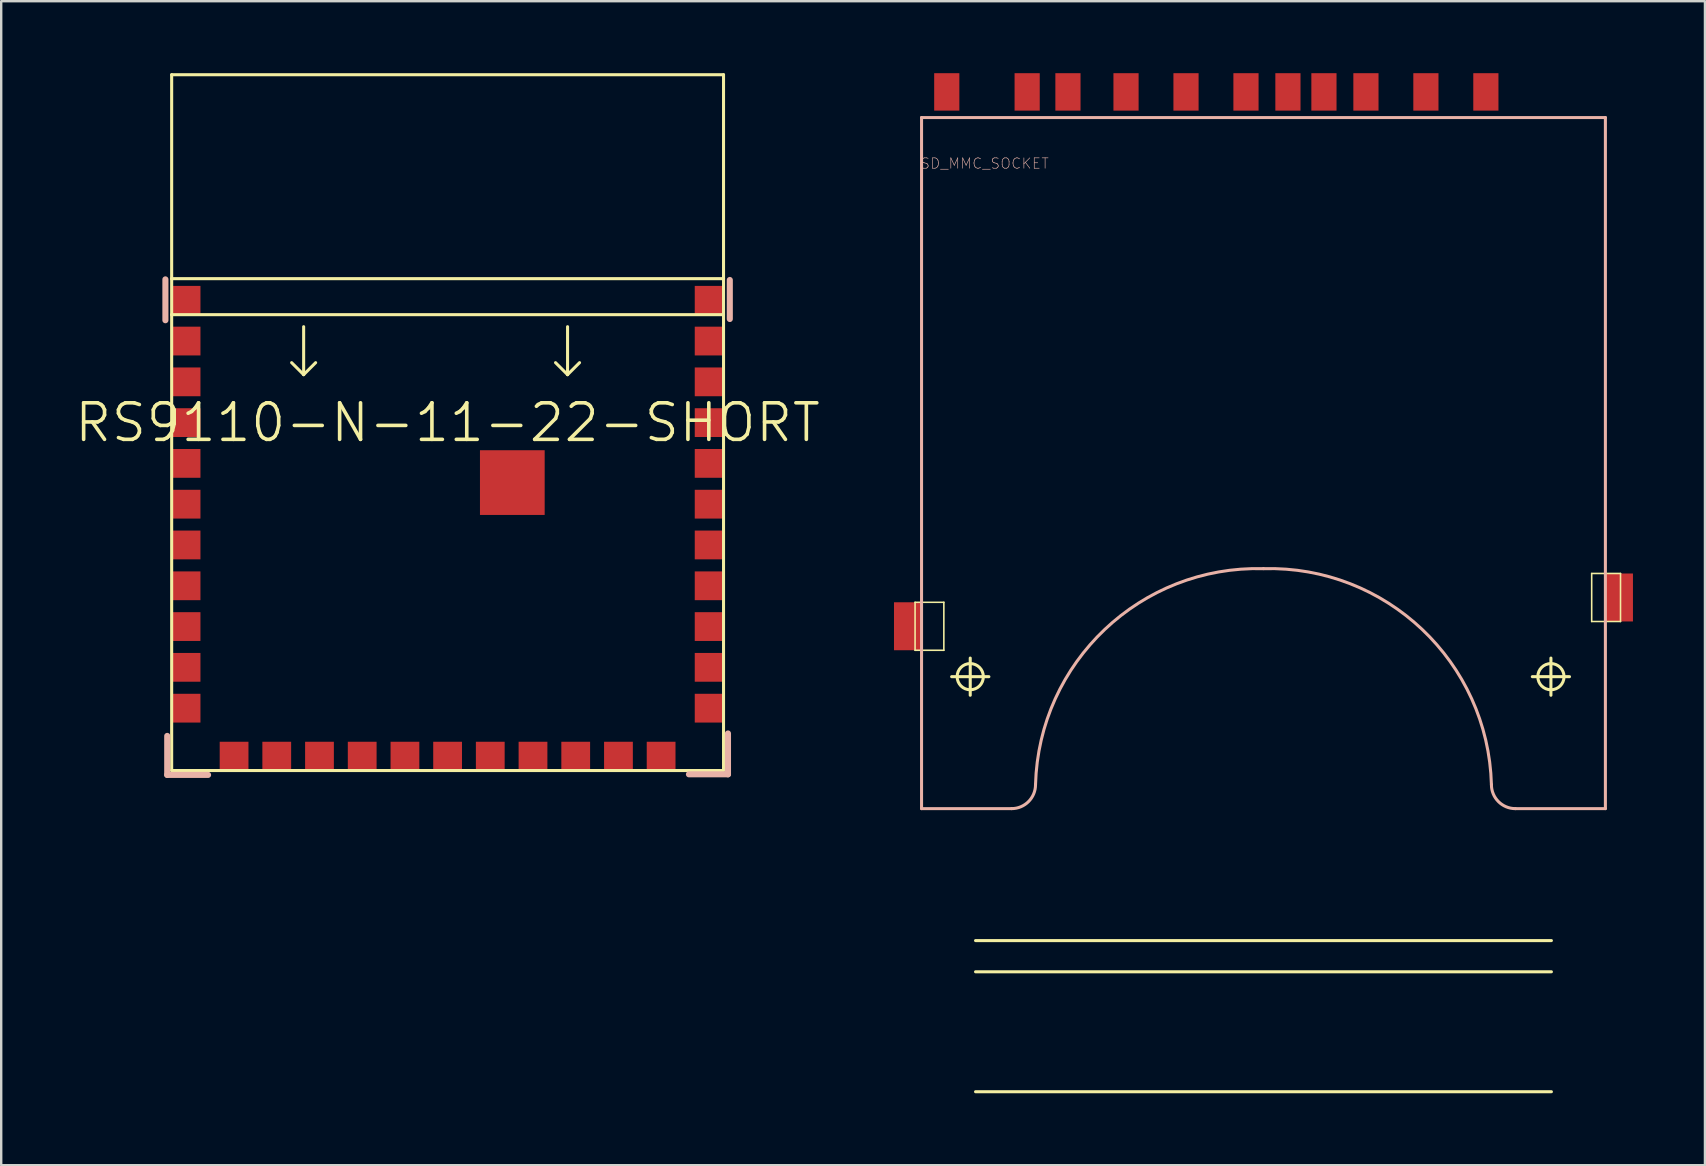
<source format=kicad_pcb>
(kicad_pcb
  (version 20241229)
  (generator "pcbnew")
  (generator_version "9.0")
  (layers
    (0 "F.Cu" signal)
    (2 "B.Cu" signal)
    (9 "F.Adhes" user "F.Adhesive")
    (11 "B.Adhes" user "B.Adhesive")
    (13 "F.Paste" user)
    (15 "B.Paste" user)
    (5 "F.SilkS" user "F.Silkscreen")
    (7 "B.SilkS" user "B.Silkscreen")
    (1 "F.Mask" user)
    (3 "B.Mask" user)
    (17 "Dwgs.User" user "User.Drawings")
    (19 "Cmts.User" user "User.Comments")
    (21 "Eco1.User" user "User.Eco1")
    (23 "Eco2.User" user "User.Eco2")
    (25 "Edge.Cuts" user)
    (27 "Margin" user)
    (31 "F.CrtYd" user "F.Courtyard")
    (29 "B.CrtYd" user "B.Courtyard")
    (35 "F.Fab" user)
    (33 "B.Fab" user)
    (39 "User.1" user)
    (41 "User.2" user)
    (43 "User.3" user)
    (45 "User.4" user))
  (footprint "SD_MMC_SOCKET"
    (layer "F.Cu")
    (at 49.603 30.648)
    (property "Reference" "SD_MMC_SOCKET" (at -11.62 -26.886 0) (layer "B.SilkS") (effects (font (size 0.432 0.432) (thickness 0.025))))
    (attr smd)
    (fp_line (start -14.519 -8.598) (end -13.32 -8.598) (stroke (width 0.066) (type solid)) (layer "F.SilkS"))
    (fp_line (start -14.519 -6.599) (end -14.519 -8.598) (stroke (width 0.066) (type solid)) (layer "F.SilkS"))
    (fp_line (start -14.519 -6.599) (end -13.32 -6.599) (stroke (width 0.066) (type solid)) (layer "F.SilkS"))
    (fp_line (start -13.32 -6.599) (end -13.32 -8.598) (stroke (width 0.066) (type solid)) (layer "F.SilkS"))
    (fp_line (start -12.995 -5.499) (end -11.443 -5.499) (stroke (width 0.127) (type solid)) (layer "F.SilkS"))
    (fp_line (start -12.22 -4.724) (end -12.22 -6.274) (stroke (width 0.127) (type solid)) (layer "F.SilkS"))
    (fp_line (start -11.999 5.499) (end 11.999 5.499) (stroke (width 0.127) (type solid)) (layer "F.SilkS"))
    (fp_line (start -11.999 6.8) (end 11.999 6.8) (stroke (width 0.127) (type solid)) (layer "F.SilkS"))
    (fp_line (start -11.999 11.798) (end 11.999 11.798) (stroke (width 0.127) (type solid)) (layer "F.SilkS"))
    (fp_line (start 11.204 -5.499) (end 12.753 -5.499) (stroke (width 0.127) (type solid)) (layer "F.SilkS"))
    (fp_line (start 11.979 -4.724) (end 11.979 -6.274) (stroke (width 0.127) (type solid)) (layer "F.SilkS"))
    (fp_line (start 13.678 -9.799) (end 14.879 -9.799) (stroke (width 0.066) (type solid)) (layer "F.SilkS"))
    (fp_line (start 13.678 -7.798) (end 13.678 -9.799) (stroke (width 0.066) (type solid)) (layer "F.SilkS"))
    (fp_line (start 13.678 -7.798) (end 14.879 -7.798) (stroke (width 0.066) (type solid)) (layer "F.SilkS"))
    (fp_line (start 14.879 -7.798) (end 14.879 -9.799) (stroke (width 0.066) (type solid)) (layer "F.SilkS"))
    (fp_circle (center -12.22 -5.499) (end -12.606 -5.885) (stroke (width 0.127) (type solid)) (fill no) (layer "F.SilkS"))
    (fp_circle (center 11.979 -5.499) (end 12.365 -5.885) (stroke (width 0.127) (type solid)) (fill no) (layer "F.SilkS"))
    (fp_line (start -14.249 -28.799) (end 14.249 -28.799) (stroke (width 0.127) (type solid)) (layer "B.SilkS"))
    (fp_line (start -14.249 0) (end -14.249 -28.799) (stroke (width 0.127) (type solid)) (layer "B.SilkS"))
    (fp_line (start -10.498 0) (end -14.249 0) (stroke (width 0.127) (type solid)) (layer "B.SilkS"))
    (fp_line (start 14.249 -28.799) (end 14.249 0) (stroke (width 0.127) (type solid)) (layer "B.SilkS"))
    (fp_line (start 14.249 0) (end 10.498 0) (stroke (width 0.127) (type solid)) (layer "B.SilkS"))
    (fp_arc (start -9.4996 -0.99822) (mid -9.791972 -0.292372) (end -10.49782 0) (stroke (width 0.127) (type solid)) (layer "B.SilkS"))
    (fp_arc (start -9.4996 -0.99822) (mid -6.614126 -7.466532) (end 0 -9.99998) (stroke (width 0.127) (type solid)) (layer "B.SilkS"))
    (fp_arc (start 0 -9.99998) (mid 6.614126 -7.466532) (end 9.4996 -0.99822) (stroke (width 0.127) (type solid)) (layer "B.SilkS"))
    (fp_arc (start 10.49782 0) (mid 9.791972 -0.292372) (end 9.4996 -0.99822) (stroke (width 0.127) (type solid)) (layer "B.SilkS"))
    (pad "1" smd rect (at 6.769 -29.868) (size 1.049 1.56) (layers "F.Cu" "F.Mask" "F.Paste"))
    (pad "2" smd rect (at 4.27 -29.868) (size 1.049 1.56) (layers "F.Cu" "F.Mask" "F.Paste"))
    (pad "3" smd rect (at 2.52 -29.868) (size 1.049 1.56) (layers "F.Cu" "F.Mask" "F.Paste"))
    (pad "4" smd rect (at -0.729 -29.868) (size 1.049 1.56) (layers "F.Cu" "F.Mask" "F.Paste"))
    (pad "5" smd rect (at -3.228 -29.868) (size 1.049 1.56) (layers "F.Cu" "F.Mask" "F.Paste"))
    (pad "6" smd rect (at -5.728 -29.868) (size 1.049 1.56) (layers "F.Cu" "F.Mask" "F.Paste"))
    (pad "7" smd rect (at -8.148 -29.868) (size 1.049 1.56) (layers "F.Cu" "F.Mask" "F.Paste"))
    (pad "8" smd rect (at -9.848 -29.868) (size 1.049 1.56) (layers "F.Cu" "F.Mask" "F.Paste"))
    (pad "9" smd rect (at 9.268 -29.868) (size 1.049 1.56) (layers "F.Cu" "F.Mask" "F.Paste"))
    (pad "CD" smd rect (at 1.019 -29.868) (size 1.049 1.56) (layers "F.Cu" "F.Mask" "F.Paste"))
    (pad "S1" smd rect (at -14.798 -7.6) (size 1.199 1.999) (layers "F.Cu" "F.Mask" "F.Paste"))
    (pad "S2" smd rect (at 14.798 -8.799) (size 1.199 1.999) (layers "F.Cu" "F.Mask" "F.Paste"))
    (pad "WP" smd rect (at -13.198 -29.868) (size 1.049 1.56) (layers "F.Cu" "F.Mask" "F.Paste")))
  (footprint "RS9110-N-11-22-SHORT"
    (layer "F.Cu")
    (at 15.603 14.562)
    (property "Reference" "RS9110-N-11-22-SHORT" (at 0 0 0) (layer "F.SilkS") (effects (font (size 1.524 1.524) (thickness 0.15))))
    (attr smd)
    (fp_line (start -11.499 -14.498) (end -11.499 -5.999) (stroke (width 0.127) (type solid)) (layer "F.SilkS"))
    (fp_line (start -11.499 -14.498) (end 11.499 -14.498) (stroke (width 0.066) (type solid)) (layer "F.SilkS"))
    (fp_line (start -11.499 -5.999) (end -11.499 -14.498) (stroke (width 0.066) (type solid)) (layer "F.SilkS"))
    (fp_line (start -11.499 -5.999) (end -11.499 -4.498) (stroke (width 0.127) (type solid)) (layer "F.SilkS"))
    (fp_line (start -11.499 -5.999) (end 11.499 -5.999) (stroke (width 0.066) (type solid)) (layer "F.SilkS"))
    (fp_line (start -11.499 -5.999) (end 11.499 -5.999) (stroke (width 0.127) (type solid)) (layer "F.SilkS"))
    (fp_line (start -11.499 -4.498) (end -11.499 14.498) (stroke (width 0.127) (type solid)) (layer "F.SilkS"))
    (fp_line (start -11.499 -4.498) (end 11.499 -4.498) (stroke (width 0.127) (type solid)) (layer "F.SilkS"))
    (fp_line (start -11.499 14.498) (end 11.499 14.498) (stroke (width 0.127) (type solid)) (layer "F.SilkS"))
    (fp_line (start -6.5 -2.499) (end -5.999 -1.999) (stroke (width 0.127) (type solid)) (layer "F.SilkS"))
    (fp_line (start -5.999 -3.998) (end -5.999 -1.999) (stroke (width 0.127) (type solid)) (layer "F.SilkS"))
    (fp_line (start -5.999 -1.999) (end -5.499 -2.499) (stroke (width 0.127) (type solid)) (layer "F.SilkS"))
    (fp_line (start 4.498 -2.499) (end 4.999 -1.999) (stroke (width 0.127) (type solid)) (layer "F.SilkS"))
    (fp_line (start 4.999 -3.998) (end 4.999 -1.999) (stroke (width 0.127) (type solid)) (layer "F.SilkS"))
    (fp_line (start 4.999 -1.999) (end 5.499 -2.499) (stroke (width 0.127) (type solid)) (layer "F.SilkS"))
    (fp_line (start 11.499 -14.498) (end -11.499 -14.498) (stroke (width 0.127) (type solid)) (layer "F.SilkS"))
    (fp_line (start 11.499 -5.999) (end 11.499 -14.498) (stroke (width 0.066) (type solid)) (layer "F.SilkS"))
    (fp_line (start 11.499 -5.999) (end 11.499 -14.498) (stroke (width 0.127) (type solid)) (layer "F.SilkS"))
    (fp_line (start 11.499 14.498) (end 11.499 -5.999) (stroke (width 0.127) (type solid)) (layer "F.SilkS"))
    (fp_line (start -11.76 -5.969) (end -11.76 -4.267) (stroke (width 0.254) (type solid)) (layer "B.SilkS"))
    (fp_line (start -11.684 13.056) (end -11.684 14.681) (stroke (width 0.254) (type solid)) (layer "B.SilkS"))
    (fp_line (start -11.684 14.681) (end -9.982 14.681) (stroke (width 0.254) (type solid)) (layer "B.SilkS"))
    (fp_line (start 10.058 14.656) (end 11.684 14.656) (stroke (width 0.254) (type solid)) (layer "B.SilkS"))
    (fp_line (start 11.684 14.656) (end 11.684 12.954) (stroke (width 0.254) (type solid)) (layer "B.SilkS"))
    (fp_line (start 11.76 -4.318) (end 11.76 -5.944) (stroke (width 0.254) (type solid)) (layer "B.SilkS"))
    (pad "1" smd rect (at -8.898 13.899 180) (size 1.199 1.199) (layers "F.Cu" "F.Mask" "F.Paste"))
    (pad "2" smd rect (at -7.12 13.899 180) (size 1.199 1.199) (layers "F.Cu" "F.Mask" "F.Paste"))
    (pad "3" smd rect (at -5.339 13.899 180) (size 1.199 1.199) (layers "F.Cu" "F.Mask" "F.Paste"))
    (pad "4" smd rect (at -3.559 13.899 180) (size 1.199 1.199) (layers "F.Cu" "F.Mask" "F.Paste"))
    (pad "5" smd rect (at -1.778 13.899 180) (size 1.199 1.199) (layers "F.Cu" "F.Mask" "F.Paste"))
    (pad "6" smd rect (at 0 13.899 180) (size 1.199 1.199) (layers "F.Cu" "F.Mask" "F.Paste"))
    (pad "7" smd rect (at 1.778 13.899 180) (size 1.199 1.199) (layers "F.Cu" "F.Mask" "F.Paste"))
    (pad "8" smd rect (at 3.559 13.899 180) (size 1.199 1.199) (layers "F.Cu" "F.Mask" "F.Paste"))
    (pad "9" smd rect (at 5.339 13.899 180) (size 1.199 1.199) (layers "F.Cu" "F.Mask" "F.Paste"))
    (pad "10" smd rect (at 7.12 13.899 180) (size 1.199 1.199) (layers "F.Cu" "F.Mask" "F.Paste"))
    (pad "11" smd rect (at 8.898 13.899 180) (size 1.199 1.199) (layers "F.Cu" "F.Mask" "F.Paste"))
    (pad "12" smd rect (at 10.899 11.9 180) (size 1.199 1.199) (layers "F.Cu" "F.Mask" "F.Paste"))
    (pad "13" smd rect (at 10.899 10.198 180) (size 1.199 1.199) (layers "F.Cu" "F.Mask" "F.Paste"))
    (pad "14" smd rect (at 10.899 8.499 180) (size 1.199 1.199) (layers "F.Cu" "F.Mask" "F.Paste"))
    (pad "15" smd rect (at 10.899 6.8 180) (size 1.199 1.199) (layers "F.Cu" "F.Mask" "F.Paste"))
    (pad "16" smd rect (at 10.899 5.098 180) (size 1.199 1.199) (layers "F.Cu" "F.Mask" "F.Paste"))
    (pad "17" smd rect (at 10.899 3.399 180) (size 1.199 1.199) (layers "F.Cu" "F.Mask" "F.Paste"))
    (pad "18" smd rect (at 10.899 1.699 180) (size 1.199 1.199) (layers "F.Cu" "F.Mask" "F.Paste"))
    (pad "19" smd rect (at 10.899 0 180) (size 1.199 1.199) (layers "F.Cu" "F.Mask" "F.Paste"))
    (pad "20" smd rect (at 10.899 -1.699 180) (size 1.199 1.199) (layers "F.Cu" "F.Mask" "F.Paste"))
    (pad "21" smd rect (at 10.899 -3.399 180) (size 1.199 1.199) (layers "F.Cu" "F.Mask" "F.Paste"))
    (pad "22" smd rect (at 10.899 -5.098 180) (size 1.199 1.199) (layers "F.Cu" "F.Mask" "F.Paste"))
    (pad "42" smd rect (at -10.899 -5.098 180) (size 1.199 1.199) (layers "F.Cu" "F.Mask" "F.Paste"))
    (pad "43" smd rect (at -10.899 -3.399 180) (size 1.199 1.199) (layers "F.Cu" "F.Mask" "F.Paste"))
    (pad "44" smd rect (at -10.899 -1.699 180) (size 1.199 1.199) (layers "F.Cu" "F.Mask" "F.Paste"))
    (pad "45" smd rect (at -10.899 0 180) (size 1.199 1.199) (layers "F.Cu" "F.Mask" "F.Paste"))
    (pad "46" smd rect (at -10.899 1.699 180) (size 1.199 1.199) (layers "F.Cu" "F.Mask" "F.Paste"))
    (pad "47" smd rect (at -10.899 3.399 180) (size 1.199 1.199) (layers "F.Cu" "F.Mask" "F.Paste"))
    (pad "48" smd rect (at -10.899 5.098 180) (size 1.199 1.199) (layers "F.Cu" "F.Mask" "F.Paste"))
    (pad "49" smd rect (at -10.899 6.8 180) (size 1.199 1.199) (layers "F.Cu" "F.Mask" "F.Paste"))
    (pad "50" smd rect (at -10.899 8.499 180) (size 1.199 1.199) (layers "F.Cu" "F.Mask" "F.Paste"))
    (pad "51" smd rect (at -10.899 10.198 180) (size 1.199 1.199) (layers "F.Cu" "F.Mask" "F.Paste"))
    (pad "52" smd rect (at -10.899 11.9 180) (size 1.199 1.199) (layers "F.Cu" "F.Mask" "F.Paste"))
    (pad "GND" smd rect (at 2.697 2.499) (size 2.697 2.697) (layers "F.Cu" "F.Mask" "F.Paste")))
  (gr_rect
    (start -3 -3)
    (end 68.001 45.509)
    (stroke (width 0.1) (type default))
    (fill no)
    (layer "Edge.Cuts")))
</source>
